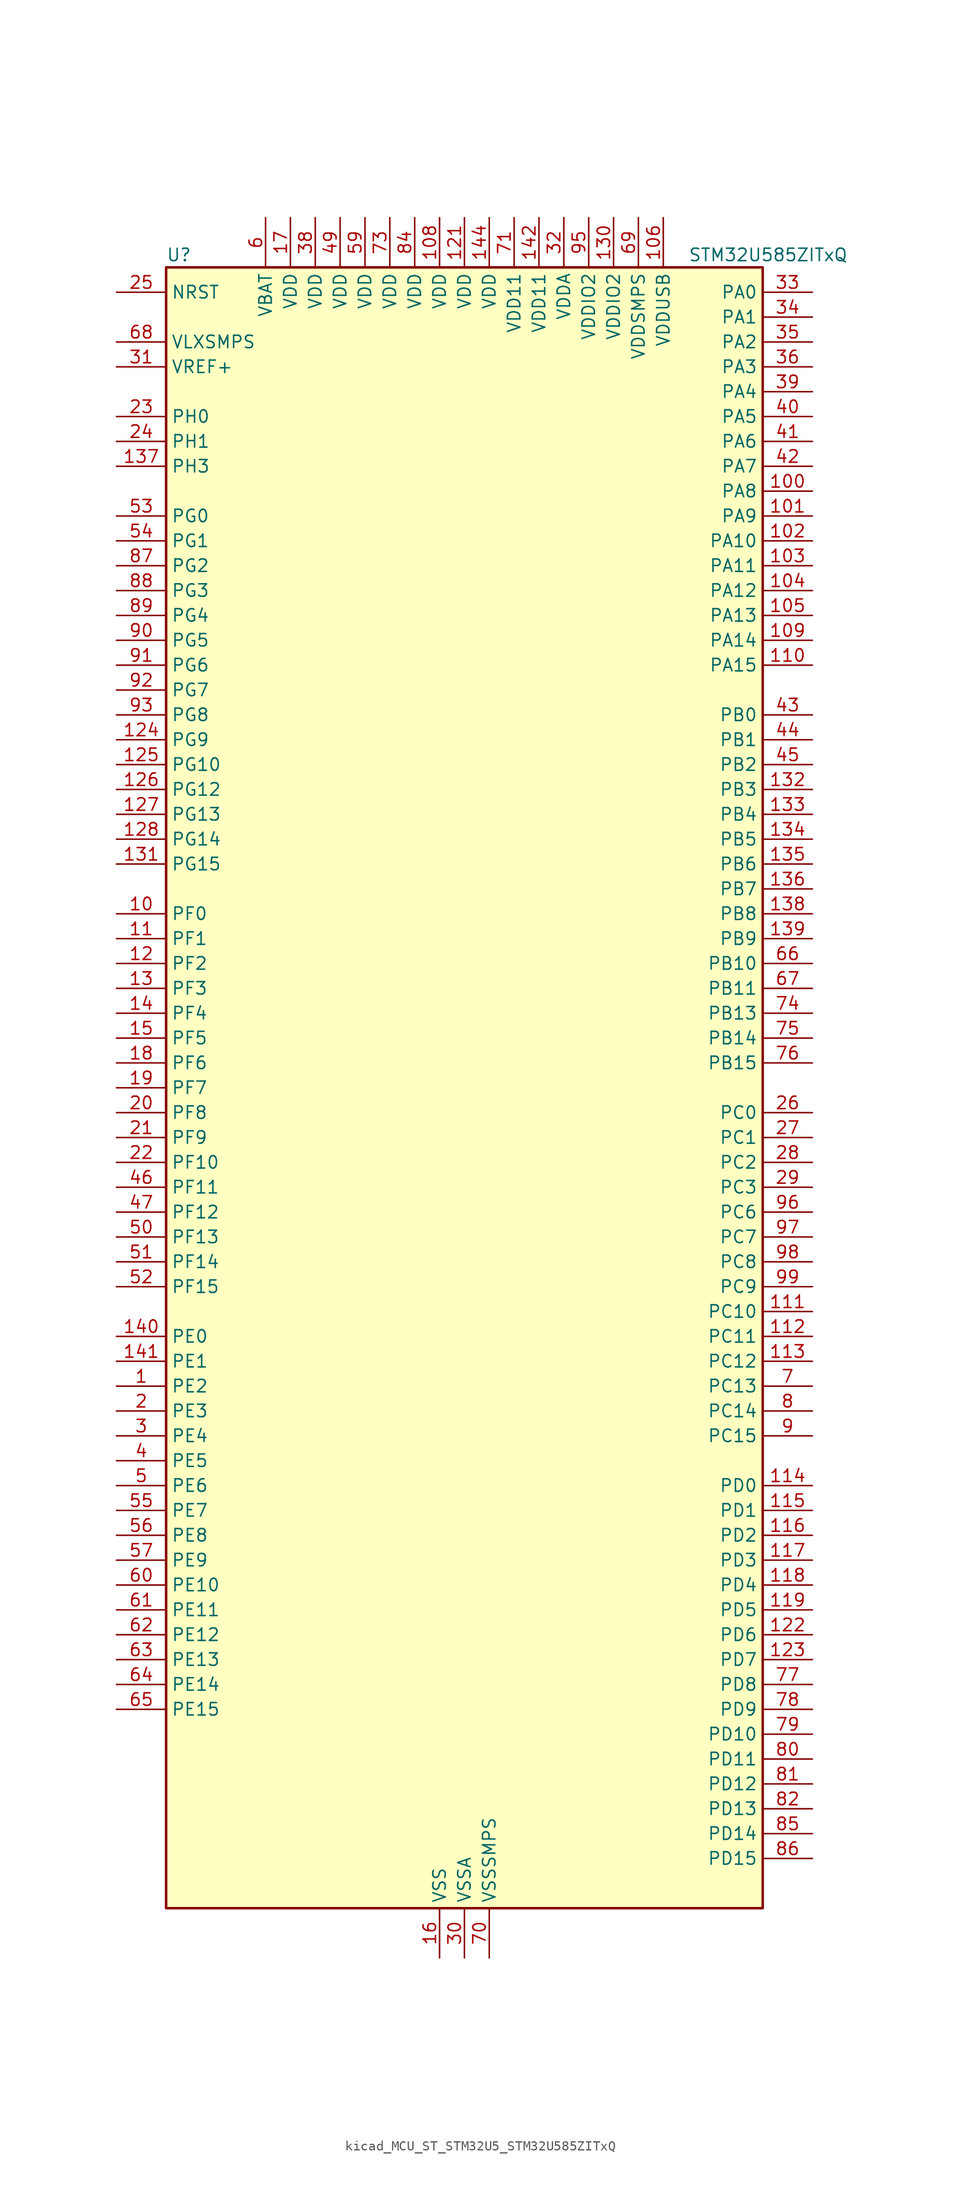
<source format=kicad_sym>
(kicad_symbol_lib
  (version 20220914)
  (generator kicad_symbol_editor)
  (symbol "kicad_MCU_ST_STM32U5_STM32U585ZITxQ"
    (property "Reference" "U"
      (at -30.48 85.09 0)
      (effects (font (size 1.27 1.27)) (justify left)))
    (property "Value" "STM32U585ZITxQ"
      (at 22.86 85.09 0)
      (effects (font (size 1.27 1.27)) (justify left)))
    (property "ki_locked" ""
      (at 0 0 0)
      (effects (font (size 1.27 1.27))))
    (symbol "kicad_MCU_ST_STM32U5_STM32U585ZITxQ_0_1"
      (rectangle (start -30.48 -83.82) (end 30.48 83.82) (stroke (width 0.254) (type default)) (fill (type background))))
    (symbol "kicad_MCU_ST_STM32U5_STM32U585ZITxQ_1_1"
      (pin bidirectional line (at -35.56 -30.48 0) (length 5.08) (name "PE2" (effects (font (size 1.27 1.27)))) (number "1" (effects (font (size 1.27 1.27)))) (alternate "DEBUG_TRACECLK" bidirectional line) (alternate "FMC_A23" bidirectional line) (alternate "SAI1_CK1" bidirectional line) (alternate "SAI1_MCLK_A" bidirectional line) (alternate "TIM3_ETR" bidirectional line) (alternate "TSC_G7_IO1" bidirectional line))
      (pin bidirectional line (at -35.56 17.78 0) (length 5.08) (name "PF0" (effects (font (size 1.27 1.27)))) (number "10" (effects (font (size 1.27 1.27)))) (alternate "FMC_A0" bidirectional line) (alternate "I2C2_SDA" bidirectional line) (alternate "OCTOSPIM_P2_IO0" bidirectional line))
      (pin bidirectional line (at 35.56 60.96 180) (length 5.08) (name "PA8" (effects (font (size 1.27 1.27)))) (number "100" (effects (font (size 1.27 1.27)))) (alternate "DEBUG_TRACECLK" bidirectional line) (alternate "LPTIM2_CH1" bidirectional line) (alternate "RCC_MCO" bidirectional line) (alternate "SAI1_CK2" bidirectional line) (alternate "SAI1_SCK_A" bidirectional line) (alternate "SPI1_RDY" bidirectional line) (alternate "TIM1_CH1" bidirectional line) (alternate "USART1_CK" bidirectional line) (alternate "USB_OTG_FS_SOF" bidirectional line))
      (pin bidirectional line (at 35.56 58.42 180) (length 5.08) (name "PA9" (effects (font (size 1.27 1.27)))) (number "101" (effects (font (size 1.27 1.27)))) (alternate "DAC1_EXTI9" bidirectional line) (alternate "DCMI_D0" bidirectional line) (alternate "PSSI_D0" bidirectional line) (alternate "SAI1_FS_A" bidirectional line) (alternate "SPI2_SCK" bidirectional line) (alternate "TIM15_BKIN" bidirectional line) (alternate "TIM1_CH2" bidirectional line) (alternate "USART1_TX" bidirectional line) (alternate "USB_OTG_FS_VBUS" bidirectional line))
      (pin bidirectional line (at 35.56 55.88 180) (length 5.08) (name "PA10" (effects (font (size 1.27 1.27)))) (number "102" (effects (font (size 1.27 1.27)))) (alternate "CRS_SYNC" bidirectional line) (alternate "DCMI_D1" bidirectional line) (alternate "LPTIM2_IN2" bidirectional line) (alternate "PSSI_D1" bidirectional line) (alternate "SAI1_D1" bidirectional line) (alternate "SAI1_SD_A" bidirectional line) (alternate "TIM17_BKIN" bidirectional line) (alternate "TIM1_CH3" bidirectional line) (alternate "USART1_RX" bidirectional line) (alternate "USB_OTG_FS_ID" bidirectional line))
      (pin bidirectional line (at 35.56 53.34 180) (length 5.08) (name "PA11" (effects (font (size 1.27 1.27)))) (number "103" (effects (font (size 1.27 1.27)))) (alternate "ADC1_EXTI11" bidirectional line) (alternate "FDCAN1_RX" bidirectional line) (alternate "SPI1_MISO" bidirectional line) (alternate "TIM1_BKIN2" bidirectional line) (alternate "TIM1_CH4" bidirectional line) (alternate "USART1_CTS" bidirectional line) (alternate "USB_OTG_FS_DM" bidirectional line))
      (pin bidirectional line (at 35.56 50.8 180) (length 5.08) (name "PA12" (effects (font (size 1.27 1.27)))) (number "104" (effects (font (size 1.27 1.27)))) (alternate "FDCAN1_TX" bidirectional line) (alternate "OCTOSPIM_P2_NCS" bidirectional line) (alternate "SPI1_MOSI" bidirectional line) (alternate "TIM1_ETR" bidirectional line) (alternate "USART1_DE" bidirectional line) (alternate "USART1_RTS" bidirectional line) (alternate "USB_OTG_FS_DP" bidirectional line))
      (pin bidirectional line (at 35.56 48.26 180) (length 5.08) (name "PA13" (effects (font (size 1.27 1.27)))) (number "105" (effects (font (size 1.27 1.27)))) (alternate "DEBUG_JTMS-SWDIO" bidirectional line) (alternate "IR_OUT" bidirectional line) (alternate "SAI1_SD_B" bidirectional line) (alternate "USB_OTG_FS_NOE" bidirectional line))
      (pin power_in line (at 20.32 88.9 270) (length 5.08) (name "VDDUSB" (effects (font (size 1.27 1.27)))) (number "106" (effects (font (size 1.27 1.27)))))
      (pin passive line (at -2.54 -88.9 90) (length 5.08) hide (name "VSS" (effects (font (size 1.27 1.27)))) (number "107" (effects (font (size 1.27 1.27)))))
      (pin power_in line (at -2.54 88.9 270) (length 5.08) (name "VDD" (effects (font (size 1.27 1.27)))) (number "108" (effects (font (size 1.27 1.27)))))
      (pin bidirectional line (at 35.56 45.72 180) (length 5.08) (name "PA14" (effects (font (size 1.27 1.27)))) (number "109" (effects (font (size 1.27 1.27)))) (alternate "DEBUG_JTCK-SWCLK" bidirectional line) (alternate "I2C1_SMBA" bidirectional line) (alternate "I2C4_SMBA" bidirectional line) (alternate "LPTIM1_CH1" bidirectional line) (alternate "SAI1_FS_B" bidirectional line) (alternate "USB_OTG_FS_SOF" bidirectional line))
      (pin bidirectional line (at -35.56 15.24 0) (length 5.08) (name "PF1" (effects (font (size 1.27 1.27)))) (number "11" (effects (font (size 1.27 1.27)))) (alternate "FMC_A1" bidirectional line) (alternate "I2C2_SCL" bidirectional line) (alternate "OCTOSPIM_P2_IO1" bidirectional line))
      (pin bidirectional line (at 35.56 43.18 180) (length 5.08) (name "PA15" (effects (font (size 1.27 1.27)))) (number "110" (effects (font (size 1.27 1.27)))) (alternate "ADC1_EXTI15" bidirectional line) (alternate "ADC4_EXTI15" bidirectional line) (alternate "DEBUG_JTDI" bidirectional line) (alternate "SAI2_FS_B" bidirectional line) (alternate "SPI1_NSS" bidirectional line) (alternate "SPI3_NSS" bidirectional line) (alternate "TIM2_CH1" bidirectional line) (alternate "TIM2_ETR" bidirectional line) (alternate "UART4_DE" bidirectional line) (alternate "UART4_RTS" bidirectional line) (alternate "UCPD1_CC1" bidirectional line) (alternate "USART2_RX" bidirectional line) (alternate "USART3_DE" bidirectional line) (alternate "USART3_RTS" bidirectional line))
      (pin bidirectional line (at 35.56 -22.86 180) (length 5.08) (name "PC10" (effects (font (size 1.27 1.27)))) (number "111" (effects (font (size 1.27 1.27)))) (alternate "ADF1_CCK1" bidirectional line) (alternate "DCMI_D8" bidirectional line) (alternate "DEBUG_TRACED1" bidirectional line) (alternate "LPTIM3_ETR" bidirectional line) (alternate "PSSI_D8" bidirectional line) (alternate "SAI2_SCK_B" bidirectional line) (alternate "SDMMC1_D2" bidirectional line) (alternate "SPI3_SCK" bidirectional line) (alternate "TSC_G3_IO2" bidirectional line) (alternate "UART4_TX" bidirectional line) (alternate "USART3_TX" bidirectional line))
      (pin bidirectional line (at 35.56 -25.4 180) (length 5.08) (name "PC11" (effects (font (size 1.27 1.27)))) (number "112" (effects (font (size 1.27 1.27)))) (alternate "ADC1_EXTI11" bidirectional line) (alternate "ADF1_SDI0" bidirectional line) (alternate "DCMI_D2" bidirectional line) (alternate "DCMI_D4" bidirectional line) (alternate "LPTIM3_IN1" bidirectional line) (alternate "OCTOSPIM_P1_NCS" bidirectional line) (alternate "PSSI_D2" bidirectional line) (alternate "PSSI_D4" bidirectional line) (alternate "SAI2_MCLK_B" bidirectional line) (alternate "SDMMC1_D3" bidirectional line) (alternate "SPI3_MISO" bidirectional line) (alternate "TSC_G3_IO3" bidirectional line) (alternate "UART4_RX" bidirectional line) (alternate "UCPD1_FRSTX2" bidirectional line) (alternate "USART3_RX" bidirectional line))
      (pin bidirectional line (at 35.56 -27.94 180) (length 5.08) (name "PC12" (effects (font (size 1.27 1.27)))) (number "113" (effects (font (size 1.27 1.27)))) (alternate "DCMI_D9" bidirectional line) (alternate "DEBUG_TRACED3" bidirectional line) (alternate "PSSI_D9" bidirectional line) (alternate "SAI2_SD_B" bidirectional line) (alternate "SDMMC1_CK" bidirectional line) (alternate "SPI3_MOSI" bidirectional line) (alternate "TSC_G3_IO4" bidirectional line) (alternate "UART5_TX" bidirectional line) (alternate "USART3_CK" bidirectional line))
      (pin bidirectional line (at 35.56 -40.64 180) (length 5.08) (name "PD0" (effects (font (size 1.27 1.27)))) (number "114" (effects (font (size 1.27 1.27)))) (alternate "FDCAN1_RX" bidirectional line) (alternate "FMC_D2" bidirectional line) (alternate "FMC_DA2" bidirectional line) (alternate "SPI2_NSS" bidirectional line) (alternate "TIM8_CH4N" bidirectional line))
      (pin bidirectional line (at 35.56 -43.18 180) (length 5.08) (name "PD1" (effects (font (size 1.27 1.27)))) (number "115" (effects (font (size 1.27 1.27)))) (alternate "FDCAN1_TX" bidirectional line) (alternate "FMC_D3" bidirectional line) (alternate "FMC_DA3" bidirectional line) (alternate "SPI2_SCK" bidirectional line))
      (pin bidirectional line (at 35.56 -45.72 180) (length 5.08) (name "PD2" (effects (font (size 1.27 1.27)))) (number "116" (effects (font (size 1.27 1.27)))) (alternate "DCMI_D11" bidirectional line) (alternate "DEBUG_TRACED2" bidirectional line) (alternate "LPTIM4_ETR" bidirectional line) (alternate "PSSI_D11" bidirectional line) (alternate "SDMMC1_CMD" bidirectional line) (alternate "TIM3_ETR" bidirectional line) (alternate "TSC_SYNC" bidirectional line) (alternate "UART5_RX" bidirectional line) (alternate "USART3_DE" bidirectional line) (alternate "USART3_RTS" bidirectional line))
      (pin bidirectional line (at 35.56 -48.26 180) (length 5.08) (name "PD3" (effects (font (size 1.27 1.27)))) (number "117" (effects (font (size 1.27 1.27)))) (alternate "DCMI_D5" bidirectional line) (alternate "FMC_CLK" bidirectional line) (alternate "MDF1_SDI0" bidirectional line) (alternate "OCTOSPIM_P2_NCS" bidirectional line) (alternate "PSSI_D5" bidirectional line) (alternate "SPI2_MISO" bidirectional line) (alternate "SPI2_SCK" bidirectional line) (alternate "USART2_CTS" bidirectional line))
      (pin bidirectional line (at 35.56 -50.8 180) (length 5.08) (name "PD4" (effects (font (size 1.27 1.27)))) (number "118" (effects (font (size 1.27 1.27)))) (alternate "FMC_NOE" bidirectional line) (alternate "MDF1_CKI0" bidirectional line) (alternate "OCTOSPIM_P1_IO4" bidirectional line) (alternate "SPI2_MOSI" bidirectional line) (alternate "USART2_DE" bidirectional line) (alternate "USART2_RTS" bidirectional line))
      (pin bidirectional line (at 35.56 -53.34 180) (length 5.08) (name "PD5" (effects (font (size 1.27 1.27)))) (number "119" (effects (font (size 1.27 1.27)))) (alternate "FMC_NWE" bidirectional line) (alternate "OCTOSPIM_P1_IO5" bidirectional line) (alternate "SPI2_RDY" bidirectional line) (alternate "USART2_TX" bidirectional line))
      (pin bidirectional line (at -35.56 12.7 0) (length 5.08) (name "PF2" (effects (font (size 1.27 1.27)))) (number "12" (effects (font (size 1.27 1.27)))) (alternate "FMC_A2" bidirectional line) (alternate "I2C2_SMBA" bidirectional line) (alternate "LPTIM3_CH2" bidirectional line) (alternate "OCTOSPIM_P2_IO2" bidirectional line) (alternate "PWR_WKUP8" bidirectional line))
      (pin passive line (at -2.54 -88.9 90) (length 5.08) hide (name "VSS" (effects (font (size 1.27 1.27)))) (number "120" (effects (font (size 1.27 1.27)))))
      (pin power_in line (at 0 88.9 270) (length 5.08) (name "VDD" (effects (font (size 1.27 1.27)))) (number "121" (effects (font (size 1.27 1.27)))))
      (pin bidirectional line (at 35.56 -55.88 180) (length 5.08) (name "PD6" (effects (font (size 1.27 1.27)))) (number "122" (effects (font (size 1.27 1.27)))) (alternate "DCMI_D10" bidirectional line) (alternate "FMC_NWAIT" bidirectional line) (alternate "MDF1_SDI1" bidirectional line) (alternate "OCTOSPIM_P1_IO6" bidirectional line) (alternate "PSSI_D10" bidirectional line) (alternate "SAI1_D1" bidirectional line) (alternate "SAI1_SD_A" bidirectional line) (alternate "SDMMC2_CK" bidirectional line) (alternate "SPI3_MOSI" bidirectional line) (alternate "USART2_RX" bidirectional line))
      (pin bidirectional line (at 35.56 -58.42 180) (length 5.08) (name "PD7" (effects (font (size 1.27 1.27)))) (number "123" (effects (font (size 1.27 1.27)))) (alternate "FMC_NCE" bidirectional line) (alternate "FMC_NE1" bidirectional line) (alternate "LPTIM4_OUT" bidirectional line) (alternate "MDF1_CKI1" bidirectional line) (alternate "OCTOSPIM_P1_IO7" bidirectional line) (alternate "SDMMC2_CMD" bidirectional line) (alternate "USART2_CK" bidirectional line))
      (pin bidirectional line (at -35.56 35.56 0) (length 5.08) (name "PG9" (effects (font (size 1.27 1.27)))) (number "124" (effects (font (size 1.27 1.27)))) (alternate "DAC1_EXTI9" bidirectional line) (alternate "FMC_NCE" bidirectional line) (alternate "FMC_NE2" bidirectional line) (alternate "OCTOSPIM_P2_IO6" bidirectional line) (alternate "SAI2_SCK_A" bidirectional line) (alternate "SPI3_SCK" bidirectional line) (alternate "TIM15_CH1N" bidirectional line) (alternate "USART1_TX" bidirectional line))
      (pin bidirectional line (at -35.56 33.02 0) (length 5.08) (name "PG10" (effects (font (size 1.27 1.27)))) (number "125" (effects (font (size 1.27 1.27)))) (alternate "FMC_NE3" bidirectional line) (alternate "LPTIM1_IN1" bidirectional line) (alternate "OCTOSPIM_P2_IO7" bidirectional line) (alternate "SAI2_FS_A" bidirectional line) (alternate "SPI3_MISO" bidirectional line) (alternate "TIM15_CH1" bidirectional line) (alternate "USART1_RX" bidirectional line))
      (pin bidirectional line (at -35.56 30.48 0) (length 5.08) (name "PG12" (effects (font (size 1.27 1.27)))) (number "126" (effects (font (size 1.27 1.27)))) (alternate "FMC_NE4" bidirectional line) (alternate "LPTIM1_ETR" bidirectional line) (alternate "OCTOSPIM_P2_NCS" bidirectional line) (alternate "SAI2_SD_A" bidirectional line) (alternate "SPI3_NSS" bidirectional line) (alternate "USART1_DE" bidirectional line) (alternate "USART1_RTS" bidirectional line))
      (pin bidirectional line (at -35.56 27.94 0) (length 5.08) (name "PG13" (effects (font (size 1.27 1.27)))) (number "127" (effects (font (size 1.27 1.27)))) (alternate "FMC_A24" bidirectional line) (alternate "I2C1_SDA" bidirectional line) (alternate "SPI3_RDY" bidirectional line) (alternate "USART1_CK" bidirectional line))
      (pin bidirectional line (at -35.56 25.4 0) (length 5.08) (name "PG14" (effects (font (size 1.27 1.27)))) (number "128" (effects (font (size 1.27 1.27)))) (alternate "FMC_A25" bidirectional line) (alternate "I2C1_SCL" bidirectional line) (alternate "LPTIM1_CH2" bidirectional line))
      (pin passive line (at -2.54 -88.9 90) (length 5.08) hide (name "VSS" (effects (font (size 1.27 1.27)))) (number "129" (effects (font (size 1.27 1.27)))))
      (pin bidirectional line (at -35.56 10.16 0) (length 5.08) (name "PF3" (effects (font (size 1.27 1.27)))) (number "13" (effects (font (size 1.27 1.27)))) (alternate "FMC_A3" bidirectional line) (alternate "LPTIM3_IN1" bidirectional line) (alternate "OCTOSPIM_P2_IO3" bidirectional line))
      (pin power_in line (at 15.24 88.9 270) (length 5.08) (name "VDDIO2" (effects (font (size 1.27 1.27)))) (number "130" (effects (font (size 1.27 1.27)))))
      (pin bidirectional line (at -35.56 22.86 0) (length 5.08) (name "PG15" (effects (font (size 1.27 1.27)))) (number "131" (effects (font (size 1.27 1.27)))) (alternate "ADC1_EXTI15" bidirectional line) (alternate "ADC4_EXTI15" bidirectional line) (alternate "DCMI_D13" bidirectional line) (alternate "I2C1_SMBA" bidirectional line) (alternate "LPTIM1_CH1" bidirectional line) (alternate "OCTOSPIM_P2_DQS" bidirectional line) (alternate "PSSI_D13" bidirectional line))
      (pin bidirectional line (at 35.56 30.48 180) (length 5.08) (name "PB3" (effects (font (size 1.27 1.27)))) (number "132" (effects (font (size 1.27 1.27)))) (alternate "ADF1_CCK0" bidirectional line) (alternate "COMP2_INM" bidirectional line) (alternate "CRS_SYNC" bidirectional line) (alternate "DEBUG_JTDO-SWO" bidirectional line) (alternate "I2C1_SDA" bidirectional line) (alternate "LPTIM1_CH1" bidirectional line) (alternate "SAI1_SCK_B" bidirectional line) (alternate "SDMMC2_D2" bidirectional line) (alternate "SPI1_SCK" bidirectional line) (alternate "SPI3_SCK" bidirectional line) (alternate "TIM2_CH2" bidirectional line) (alternate "USART1_DE" bidirectional line) (alternate "USART1_RTS" bidirectional line))
      (pin bidirectional line (at 35.56 27.94 180) (length 5.08) (name "PB4" (effects (font (size 1.27 1.27)))) (number "133" (effects (font (size 1.27 1.27)))) (alternate "ADF1_SDI0" bidirectional line) (alternate "COMP2_INP" bidirectional line) (alternate "DCMI_D12" bidirectional line) (alternate "DEBUG_JTRST" bidirectional line) (alternate "I2C3_SDA" bidirectional line) (alternate "LPTIM1_CH2" bidirectional line) (alternate "PSSI_D12" bidirectional line) (alternate "SAI1_MCLK_B" bidirectional line) (alternate "SDMMC2_D3" bidirectional line) (alternate "SPI1_MISO" bidirectional line) (alternate "SPI3_MISO" bidirectional line) (alternate "TIM17_BKIN" bidirectional line) (alternate "TIM3_CH1" bidirectional line) (alternate "TSC_G2_IO1" bidirectional line) (alternate "UART5_DE" bidirectional line) (alternate "UART5_RTS" bidirectional line) (alternate "USART1_CTS" bidirectional line))
      (pin bidirectional line (at 35.56 25.4 180) (length 5.08) (name "PB5" (effects (font (size 1.27 1.27)))) (number "134" (effects (font (size 1.27 1.27)))) (alternate "COMP2_OUT" bidirectional line) (alternate "DCMI_D10" bidirectional line) (alternate "I2C1_SMBA" bidirectional line) (alternate "LPTIM1_IN1" bidirectional line) (alternate "OCTOSPIM_P1_NCLK" bidirectional line) (alternate "PSSI_D10" bidirectional line) (alternate "PWR_WKUP6" bidirectional line) (alternate "SAI1_SD_B" bidirectional line) (alternate "SPI1_MOSI" bidirectional line) (alternate "SPI3_MOSI" bidirectional line) (alternate "TIM16_BKIN" bidirectional line) (alternate "TIM3_CH2" bidirectional line) (alternate "TSC_G2_IO2" bidirectional line) (alternate "UART5_CTS" bidirectional line) (alternate "UCPD1_DBCC1" bidirectional line) (alternate "USART1_CK" bidirectional line))
      (pin bidirectional line (at 35.56 22.86 180) (length 5.08) (name "PB6" (effects (font (size 1.27 1.27)))) (number "135" (effects (font (size 1.27 1.27)))) (alternate "COMP2_INP" bidirectional line) (alternate "DCMI_D5" bidirectional line) (alternate "I2C1_SCL" bidirectional line) (alternate "I2C4_SCL" bidirectional line) (alternate "LPTIM1_ETR" bidirectional line) (alternate "MDF1_SDI5" bidirectional line) (alternate "PSSI_D5" bidirectional line) (alternate "PWR_WKUP3" bidirectional line) (alternate "SAI1_FS_B" bidirectional line) (alternate "TIM16_CH1N" bidirectional line) (alternate "TIM4_CH1" bidirectional line) (alternate "TIM8_BKIN2" bidirectional line) (alternate "TSC_G2_IO3" bidirectional line) (alternate "USART1_TX" bidirectional line))
      (pin bidirectional line (at 35.56 20.32 180) (length 5.08) (name "PB7" (effects (font (size 1.27 1.27)))) (number "136" (effects (font (size 1.27 1.27)))) (alternate "COMP2_INM" bidirectional line) (alternate "DCMI_VSYNC" bidirectional line) (alternate "FMC_NL" bidirectional line) (alternate "I2C1_SDA" bidirectional line) (alternate "I2C4_SDA" bidirectional line) (alternate "LPTIM1_IN2" bidirectional line) (alternate "MDF1_CKI5" bidirectional line) (alternate "PSSI_RDY" bidirectional line) (alternate "PWR_PVD_IN" bidirectional line) (alternate "PWR_WKUP4" bidirectional line) (alternate "TIM17_CH1N" bidirectional line) (alternate "TIM4_CH2" bidirectional line) (alternate "TIM8_BKIN" bidirectional line) (alternate "TSC_G2_IO4" bidirectional line) (alternate "UART4_CTS" bidirectional line) (alternate "USART1_RX" bidirectional line))
      (pin bidirectional line (at -35.56 63.5 0) (length 5.08) (name "PH3" (effects (font (size 1.27 1.27)))) (number "137" (effects (font (size 1.27 1.27)))))
      (pin bidirectional line (at 35.56 17.78 180) (length 5.08) (name "PB8" (effects (font (size 1.27 1.27)))) (number "138" (effects (font (size 1.27 1.27)))) (alternate "DCMI_D6" bidirectional line) (alternate "FDCAN1_RX" bidirectional line) (alternate "I2C1_SCL" bidirectional line) (alternate "MDF1_CCK0" bidirectional line) (alternate "PSSI_D6" bidirectional line) (alternate "PWR_WKUP5" bidirectional line) (alternate "SAI1_CK1" bidirectional line) (alternate "SAI1_MCLK_A" bidirectional line) (alternate "SDMMC1_CKIN" bidirectional line) (alternate "SDMMC1_D4" bidirectional line) (alternate "SDMMC2_D4" bidirectional line) (alternate "SPI3_RDY" bidirectional line) (alternate "TIM16_CH1" bidirectional line) (alternate "TIM4_CH3" bidirectional line))
      (pin bidirectional line (at 35.56 15.24 180) (length 5.08) (name "PB9" (effects (font (size 1.27 1.27)))) (number "139" (effects (font (size 1.27 1.27)))) (alternate "DAC1_EXTI9" bidirectional line) (alternate "DCMI_D7" bidirectional line) (alternate "FDCAN1_TX" bidirectional line) (alternate "I2C1_SDA" bidirectional line) (alternate "IR_OUT" bidirectional line) (alternate "PSSI_D7" bidirectional line) (alternate "SAI1_D2" bidirectional line) (alternate "SAI1_FS_A" bidirectional line) (alternate "SDMMC1_CDIR" bidirectional line) (alternate "SDMMC1_D5" bidirectional line) (alternate "SDMMC2_D5" bidirectional line) (alternate "SPI2_NSS" bidirectional line) (alternate "TIM17_CH1" bidirectional line) (alternate "TIM4_CH4" bidirectional line))
      (pin bidirectional line (at -35.56 7.62 0) (length 5.08) (name "PF4" (effects (font (size 1.27 1.27)))) (number "14" (effects (font (size 1.27 1.27)))) (alternate "FMC_A4" bidirectional line) (alternate "LPTIM3_ETR" bidirectional line) (alternate "OCTOSPIM_P2_CLK" bidirectional line))
      (pin bidirectional line (at -35.56 -25.4 0) (length 5.08) (name "PE0" (effects (font (size 1.27 1.27)))) (number "140" (effects (font (size 1.27 1.27)))) (alternate "DCMI_D2" bidirectional line) (alternate "FMC_NBL0" bidirectional line) (alternate "PSSI_D2" bidirectional line) (alternate "TIM16_CH1" bidirectional line) (alternate "TIM4_ETR" bidirectional line))
      (pin bidirectional line (at -35.56 -27.94 0) (length 5.08) (name "PE1" (effects (font (size 1.27 1.27)))) (number "141" (effects (font (size 1.27 1.27)))) (alternate "DCMI_D3" bidirectional line) (alternate "FMC_NBL1" bidirectional line) (alternate "PSSI_D3" bidirectional line) (alternate "TIM17_CH1" bidirectional line))
      (pin power_in line (at 7.62 88.9 270) (length 5.08) (name "VDD11" (effects (font (size 1.27 1.27)))) (number "142" (effects (font (size 1.27 1.27)))))
      (pin passive line (at -2.54 -88.9 90) (length 5.08) hide (name "VSS" (effects (font (size 1.27 1.27)))) (number "143" (effects (font (size 1.27 1.27)))))
      (pin power_in line (at 2.54 88.9 270) (length 5.08) (name "VDD" (effects (font (size 1.27 1.27)))) (number "144" (effects (font (size 1.27 1.27)))))
      (pin bidirectional line (at -35.56 5.08 0) (length 5.08) (name "PF5" (effects (font (size 1.27 1.27)))) (number "15" (effects (font (size 1.27 1.27)))) (alternate "FMC_A5" bidirectional line) (alternate "LPTIM3_CH1" bidirectional line) (alternate "OCTOSPIM_P2_NCLK" bidirectional line))
      (pin power_in line (at -2.54 -88.9 90) (length 5.08) (name "VSS" (effects (font (size 1.27 1.27)))) (number "16" (effects (font (size 1.27 1.27)))))
      (pin power_in line (at -17.78 88.9 270) (length 5.08) (name "VDD" (effects (font (size 1.27 1.27)))) (number "17" (effects (font (size 1.27 1.27)))))
      (pin bidirectional line (at -35.56 2.54 0) (length 5.08) (name "PF6" (effects (font (size 1.27 1.27)))) (number "18" (effects (font (size 1.27 1.27)))) (alternate "DCMI_D12" bidirectional line) (alternate "OCTOSPIM_P1_IO3" bidirectional line) (alternate "OCTOSPIM_P2_NCS" bidirectional line) (alternate "PSSI_D12" bidirectional line) (alternate "SAI1_SD_B" bidirectional line) (alternate "TIM5_CH1" bidirectional line) (alternate "TIM5_ETR" bidirectional line))
      (pin bidirectional line (at -35.56 0 0) (length 5.08) (name "PF7" (effects (font (size 1.27 1.27)))) (number "19" (effects (font (size 1.27 1.27)))) (alternate "FDCAN1_RX" bidirectional line) (alternate "OCTOSPIM_P1_IO2" bidirectional line) (alternate "SAI1_MCLK_B" bidirectional line) (alternate "TIM5_CH2" bidirectional line))
      (pin bidirectional line (at -35.56 -33.02 0) (length 5.08) (name "PE3" (effects (font (size 1.27 1.27)))) (number "2" (effects (font (size 1.27 1.27)))) (alternate "DEBUG_TRACED0" bidirectional line) (alternate "FMC_A19" bidirectional line) (alternate "OCTOSPIM_P1_DQS" bidirectional line) (alternate "SAI1_SD_B" bidirectional line) (alternate "TAMP_IN6" bidirectional line) (alternate "TAMP_OUT3" bidirectional line) (alternate "TIM3_CH1" bidirectional line) (alternate "TSC_G7_IO2" bidirectional line))
      (pin bidirectional line (at -35.56 -2.54 0) (length 5.08) (name "PF8" (effects (font (size 1.27 1.27)))) (number "20" (effects (font (size 1.27 1.27)))) (alternate "FDCAN1_TX" bidirectional line) (alternate "OCTOSPIM_P1_IO0" bidirectional line) (alternate "PSSI_D14" bidirectional line) (alternate "SAI1_SCK_B" bidirectional line) (alternate "TIM5_CH3" bidirectional line))
      (pin bidirectional line (at -35.56 -5.08 0) (length 5.08) (name "PF9" (effects (font (size 1.27 1.27)))) (number "21" (effects (font (size 1.27 1.27)))) (alternate "DAC1_EXTI9" bidirectional line) (alternate "OCTOSPIM_P1_IO1" bidirectional line) (alternate "PSSI_D15" bidirectional line) (alternate "SAI1_FS_B" bidirectional line) (alternate "TIM15_CH1" bidirectional line) (alternate "TIM5_CH4" bidirectional line))
      (pin bidirectional line (at -35.56 -7.62 0) (length 5.08) (name "PF10" (effects (font (size 1.27 1.27)))) (number "22" (effects (font (size 1.27 1.27)))) (alternate "DCMI_D11" bidirectional line) (alternate "MDF1_CCK1" bidirectional line) (alternate "OCTOSPIM_P1_CLK" bidirectional line) (alternate "PSSI_D11" bidirectional line) (alternate "PSSI_D15" bidirectional line) (alternate "SAI1_D3" bidirectional line) (alternate "TIM15_CH2" bidirectional line))
      (pin bidirectional line (at -35.56 68.58 0) (length 5.08) (name "PH0" (effects (font (size 1.27 1.27)))) (number "23" (effects (font (size 1.27 1.27)))) (alternate "RCC_OSC_IN" bidirectional line))
      (pin bidirectional line (at -35.56 66.04 0) (length 5.08) (name "PH1" (effects (font (size 1.27 1.27)))) (number "24" (effects (font (size 1.27 1.27)))) (alternate "RCC_OSC_OUT" bidirectional line))
      (pin input line (at -35.56 81.28 0) (length 5.08) (name "NRST" (effects (font (size 1.27 1.27)))) (number "25" (effects (font (size 1.27 1.27)))))
      (pin bidirectional line (at 35.56 -2.54 180) (length 5.08) (name "PC0" (effects (font (size 1.27 1.27)))) (number "26" (effects (font (size 1.27 1.27)))) (alternate "ADC1_IN1" bidirectional line) (alternate "ADC4_IN1" bidirectional line) (alternate "I2C3_SCL" bidirectional line) (alternate "LPTIM1_IN1" bidirectional line) (alternate "LPTIM2_IN1" bidirectional line) (alternate "LPUART1_RX" bidirectional line) (alternate "MDF1_SDI4" bidirectional line) (alternate "OCTOSPIM_P1_IO7" bidirectional line) (alternate "SAI2_FS_A" bidirectional line) (alternate "SDMMC1_D5" bidirectional line) (alternate "SPI2_RDY" bidirectional line))
      (pin bidirectional line (at 35.56 -5.08 180) (length 5.08) (name "PC1" (effects (font (size 1.27 1.27)))) (number "27" (effects (font (size 1.27 1.27)))) (alternate "ADC1_IN2" bidirectional line) (alternate "ADC4_IN2" bidirectional line) (alternate "DEBUG_TRACED0" bidirectional line) (alternate "I2C3_SDA" bidirectional line) (alternate "LPTIM1_CH1" bidirectional line) (alternate "LPUART1_TX" bidirectional line) (alternate "MDF1_CKI4" bidirectional line) (alternate "OCTOSPIM_P1_IO4" bidirectional line) (alternate "SAI1_SD_A" bidirectional line) (alternate "SDMMC2_CK" bidirectional line) (alternate "SPI2_MOSI" bidirectional line))
      (pin bidirectional line (at 35.56 -7.62 180) (length 5.08) (name "PC2" (effects (font (size 1.27 1.27)))) (number "28" (effects (font (size 1.27 1.27)))) (alternate "ADC1_IN3" bidirectional line) (alternate "ADC4_IN3" bidirectional line) (alternate "LPTIM1_IN2" bidirectional line) (alternate "MDF1_CCK1" bidirectional line) (alternate "OCTOSPIM_P1_IO5" bidirectional line) (alternate "SPI2_MISO" bidirectional line))
      (pin bidirectional line (at 35.56 -10.16 180) (length 5.08) (name "PC3" (effects (font (size 1.27 1.27)))) (number "29" (effects (font (size 1.27 1.27)))) (alternate "ADC1_IN4" bidirectional line) (alternate "ADC4_IN4" bidirectional line) (alternate "LPTIM1_ETR" bidirectional line) (alternate "LPTIM2_ETR" bidirectional line) (alternate "LPTIM3_CH1" bidirectional line) (alternate "OCTOSPIM_P1_IO6" bidirectional line) (alternate "SAI1_D1" bidirectional line) (alternate "SAI1_SD_A" bidirectional line) (alternate "SPI2_MOSI" bidirectional line))
      (pin bidirectional line (at -35.56 -35.56 0) (length 5.08) (name "PE4" (effects (font (size 1.27 1.27)))) (number "3" (effects (font (size 1.27 1.27)))) (alternate "DCMI_D4" bidirectional line) (alternate "DEBUG_TRACED1" bidirectional line) (alternate "FMC_A20" bidirectional line) (alternate "MDF1_SDI3" bidirectional line) (alternate "PSSI_D4" bidirectional line) (alternate "PWR_WKUP1" bidirectional line) (alternate "SAI1_D2" bidirectional line) (alternate "SAI1_FS_A" bidirectional line) (alternate "TAMP_IN7" bidirectional line) (alternate "TAMP_OUT8" bidirectional line) (alternate "TIM3_CH2" bidirectional line) (alternate "TSC_G7_IO3" bidirectional line))
      (pin power_in line (at 0 -88.9 90) (length 5.08) (name "VSSA" (effects (font (size 1.27 1.27)))) (number "30" (effects (font (size 1.27 1.27)))))
      (pin input line (at -35.56 73.66 0) (length 5.08) (name "VREF+" (effects (font (size 1.27 1.27)))) (number "31" (effects (font (size 1.27 1.27)))) (alternate "VREFBUF_OUT" bidirectional line))
      (pin power_in line (at 10.16 88.9 270) (length 5.08) (name "VDDA" (effects (font (size 1.27 1.27)))) (number "32" (effects (font (size 1.27 1.27)))))
      (pin bidirectional line (at 35.56 81.28 180) (length 5.08) (name "PA0" (effects (font (size 1.27 1.27)))) (number "33" (effects (font (size 1.27 1.27)))) (alternate "ADC1_IN5" bidirectional line) (alternate "AUDIOCLK" bidirectional line) (alternate "OCTOSPIM_P2_NCS" bidirectional line) (alternate "OPAMP1_VINP" bidirectional line) (alternate "PWR_WKUP1" bidirectional line) (alternate "SDMMC2_CMD" bidirectional line) (alternate "SPI3_RDY" bidirectional line) (alternate "TAMP_IN2" bidirectional line) (alternate "TAMP_OUT1" bidirectional line) (alternate "TIM2_CH1" bidirectional line) (alternate "TIM2_ETR" bidirectional line) (alternate "TIM5_CH1" bidirectional line) (alternate "TIM8_ETR" bidirectional line) (alternate "UART4_TX" bidirectional line) (alternate "USART2_CTS" bidirectional line))
      (pin bidirectional line (at 35.56 78.74 180) (length 5.08) (name "PA1" (effects (font (size 1.27 1.27)))) (number "34" (effects (font (size 1.27 1.27)))) (alternate "ADC1_IN6" bidirectional line) (alternate "I2C1_SMBA" bidirectional line) (alternate "LPTIM1_CH2" bidirectional line) (alternate "OCTOSPIM_P1_DQS" bidirectional line) (alternate "OPAMP1_VINM" bidirectional line) (alternate "PWR_WKUP3" bidirectional line) (alternate "SPI1_SCK" bidirectional line) (alternate "TAMP_IN5" bidirectional line) (alternate "TAMP_OUT4" bidirectional line) (alternate "TIM15_CH1N" bidirectional line) (alternate "TIM2_CH2" bidirectional line) (alternate "TIM5_CH2" bidirectional line) (alternate "UART4_RX" bidirectional line) (alternate "USART2_DE" bidirectional line) (alternate "USART2_RTS" bidirectional line))
      (pin bidirectional line (at 35.56 76.2 180) (length 5.08) (name "PA2" (effects (font (size 1.27 1.27)))) (number "35" (effects (font (size 1.27 1.27)))) (alternate "ADC1_IN7" bidirectional line) (alternate "COMP1_INP" bidirectional line) (alternate "LPUART1_TX" bidirectional line) (alternate "OCTOSPIM_P1_NCS" bidirectional line) (alternate "PWR_WKUP4" bidirectional line) (alternate "RCC_LSCO" bidirectional line) (alternate "SPI1_RDY" bidirectional line) (alternate "TIM15_CH1" bidirectional line) (alternate "TIM2_CH3" bidirectional line) (alternate "TIM5_CH3" bidirectional line) (alternate "UCPD1_FRSTX1" bidirectional line) (alternate "USART2_TX" bidirectional line))
      (pin bidirectional line (at 35.56 73.66 180) (length 5.08) (name "PA3" (effects (font (size 1.27 1.27)))) (number "36" (effects (font (size 1.27 1.27)))) (alternate "ADC1_IN8" bidirectional line) (alternate "LPUART1_RX" bidirectional line) (alternate "OCTOSPIM_P1_CLK" bidirectional line) (alternate "OPAMP1_VOUT" bidirectional line) (alternate "PWR_WKUP5" bidirectional line) (alternate "SAI1_CK1" bidirectional line) (alternate "SAI1_MCLK_A" bidirectional line) (alternate "TIM15_CH2" bidirectional line) (alternate "TIM2_CH4" bidirectional line) (alternate "TIM5_CH4" bidirectional line) (alternate "USART2_RX" bidirectional line))
      (pin passive line (at -2.54 -88.9 90) (length 5.08) hide (name "VSS" (effects (font (size 1.27 1.27)))) (number "37" (effects (font (size 1.27 1.27)))))
      (pin power_in line (at -15.24 88.9 270) (length 5.08) (name "VDD" (effects (font (size 1.27 1.27)))) (number "38" (effects (font (size 1.27 1.27)))))
      (pin bidirectional line (at 35.56 71.12 180) (length 5.08) (name "PA4" (effects (font (size 1.27 1.27)))) (number "39" (effects (font (size 1.27 1.27)))) (alternate "ADC1_IN9" bidirectional line) (alternate "ADC4_IN9" bidirectional line) (alternate "DAC1_OUT1" bidirectional line) (alternate "DCMI_HSYNC" bidirectional line) (alternate "LPTIM2_CH1" bidirectional line) (alternate "OCTOSPIM_P1_NCS" bidirectional line) (alternate "PSSI_DE" bidirectional line) (alternate "PWR_WKUP2" bidirectional line) (alternate "SAI1_FS_B" bidirectional line) (alternate "SPI1_NSS" bidirectional line) (alternate "SPI3_NSS" bidirectional line) (alternate "USART2_CK" bidirectional line))
      (pin bidirectional line (at -35.56 -38.1 0) (length 5.08) (name "PE5" (effects (font (size 1.27 1.27)))) (number "4" (effects (font (size 1.27 1.27)))) (alternate "DCMI_D6" bidirectional line) (alternate "DEBUG_TRACED2" bidirectional line) (alternate "FMC_A21" bidirectional line) (alternate "MDF1_CKI3" bidirectional line) (alternate "PSSI_D6" bidirectional line) (alternate "PWR_WKUP2" bidirectional line) (alternate "SAI1_CK2" bidirectional line) (alternate "SAI1_SCK_A" bidirectional line) (alternate "TAMP_IN8" bidirectional line) (alternate "TAMP_OUT7" bidirectional line) (alternate "TIM3_CH3" bidirectional line) (alternate "TSC_G7_IO4" bidirectional line))
      (pin bidirectional line (at 35.56 68.58 180) (length 5.08) (name "PA5" (effects (font (size 1.27 1.27)))) (number "40" (effects (font (size 1.27 1.27)))) (alternate "ADC1_IN10" bidirectional line) (alternate "ADC4_IN10" bidirectional line) (alternate "DAC1_OUT2" bidirectional line) (alternate "LPTIM2_ETR" bidirectional line) (alternate "PSSI_D14" bidirectional line) (alternate "PWR_CSLEEP" bidirectional line) (alternate "PWR_WKUP6" bidirectional line) (alternate "SPI1_SCK" bidirectional line) (alternate "TIM2_CH1" bidirectional line) (alternate "TIM2_ETR" bidirectional line) (alternate "TIM8_CH1N" bidirectional line) (alternate "USART3_RX" bidirectional line))
      (pin bidirectional line (at 35.56 66.04 180) (length 5.08) (name "PA6" (effects (font (size 1.27 1.27)))) (number "41" (effects (font (size 1.27 1.27)))) (alternate "ADC1_IN11" bidirectional line) (alternate "ADC4_IN11" bidirectional line) (alternate "DCMI_PIXCLK" bidirectional line) (alternate "LPUART1_CTS" bidirectional line) (alternate "OCTOSPIM_P1_IO3" bidirectional line) (alternate "OPAMP2_VINP" bidirectional line) (alternate "PSSI_PDCK" bidirectional line) (alternate "PWR_CDSTOP" bidirectional line) (alternate "PWR_WKUP7" bidirectional line) (alternate "SPI1_MISO" bidirectional line) (alternate "TIM16_CH1" bidirectional line) (alternate "TIM1_BKIN" bidirectional line) (alternate "TIM3_CH1" bidirectional line) (alternate "TIM8_BKIN" bidirectional line) (alternate "USART3_CTS" bidirectional line))
      (pin bidirectional line (at 35.56 63.5 180) (length 5.08) (name "PA7" (effects (font (size 1.27 1.27)))) (number "42" (effects (font (size 1.27 1.27)))) (alternate "ADC1_IN12" bidirectional line) (alternate "ADC4_IN20" bidirectional line) (alternate "I2C3_SCL" bidirectional line) (alternate "LPTIM2_CH2" bidirectional line) (alternate "OCTOSPIM_P1_IO2" bidirectional line) (alternate "OPAMP2_VINM" bidirectional line) (alternate "PWR_SRDSTOP" bidirectional line) (alternate "PWR_WKUP8" bidirectional line) (alternate "SPI1_MOSI" bidirectional line) (alternate "TIM17_CH1" bidirectional line) (alternate "TIM1_CH1N" bidirectional line) (alternate "TIM3_CH2" bidirectional line) (alternate "TIM8_CH1N" bidirectional line) (alternate "USART3_TX" bidirectional line))
      (pin bidirectional line (at 35.56 38.1 180) (length 5.08) (name "PB0" (effects (font (size 1.27 1.27)))) (number "43" (effects (font (size 1.27 1.27)))) (alternate "ADC1_IN15" bidirectional line) (alternate "ADC4_IN18" bidirectional line) (alternate "AUDIOCLK" bidirectional line) (alternate "COMP1_OUT" bidirectional line) (alternate "LPTIM3_CH1" bidirectional line) (alternate "OCTOSPIM_P1_IO1" bidirectional line) (alternate "OPAMP2_VOUT" bidirectional line) (alternate "SPI1_NSS" bidirectional line) (alternate "TIM1_CH2N" bidirectional line) (alternate "TIM3_CH3" bidirectional line) (alternate "TIM8_CH2N" bidirectional line) (alternate "USART3_CK" bidirectional line))
      (pin bidirectional line (at 35.56 35.56 180) (length 5.08) (name "PB1" (effects (font (size 1.27 1.27)))) (number "44" (effects (font (size 1.27 1.27)))) (alternate "ADC1_IN16" bidirectional line) (alternate "ADC4_IN19" bidirectional line) (alternate "COMP1_INM" bidirectional line) (alternate "LPTIM2_IN1" bidirectional line) (alternate "LPTIM3_CH2" bidirectional line) (alternate "LPUART1_DE" bidirectional line) (alternate "LPUART1_RTS" bidirectional line) (alternate "MDF1_SDI0" bidirectional line) (alternate "OCTOSPIM_P1_IO0" bidirectional line) (alternate "PWR_WKUP4" bidirectional line) (alternate "TIM1_CH3N" bidirectional line) (alternate "TIM3_CH4" bidirectional line) (alternate "TIM8_CH3N" bidirectional line) (alternate "USART3_DE" bidirectional line) (alternate "USART3_RTS" bidirectional line))
      (pin bidirectional line (at 35.56 33.02 180) (length 5.08) (name "PB2" (effects (font (size 1.27 1.27)))) (number "45" (effects (font (size 1.27 1.27)))) (alternate "ADC1_IN17" bidirectional line) (alternate "COMP1_INP" bidirectional line) (alternate "I2C3_SMBA" bidirectional line) (alternate "LPTIM1_CH1" bidirectional line) (alternate "MDF1_CKI0" bidirectional line) (alternate "OCTOSPIM_P1_DQS" bidirectional line) (alternate "PWR_WKUP1" bidirectional line) (alternate "RTC_OUT2" bidirectional line) (alternate "SPI1_RDY" bidirectional line) (alternate "TIM8_CH4N" bidirectional line) (alternate "UCPD1_FRSTX1" bidirectional line))
      (pin bidirectional line (at -35.56 -10.16 0) (length 5.08) (name "PF11" (effects (font (size 1.27 1.27)))) (number "46" (effects (font (size 1.27 1.27)))) (alternate "ADC1_EXTI11" bidirectional line) (alternate "DCMI_D12" bidirectional line) (alternate "LPTIM4_IN1" bidirectional line) (alternate "OCTOSPIM_P1_NCLK" bidirectional line) (alternate "PSSI_D12" bidirectional line))
      (pin bidirectional line (at -35.56 -12.7 0) (length 5.08) (name "PF12" (effects (font (size 1.27 1.27)))) (number "47" (effects (font (size 1.27 1.27)))) (alternate "FMC_A6" bidirectional line) (alternate "LPTIM4_ETR" bidirectional line) (alternate "OCTOSPIM_P2_DQS" bidirectional line))
      (pin passive line (at -2.54 -88.9 90) (length 5.08) hide (name "VSS" (effects (font (size 1.27 1.27)))) (number "48" (effects (font (size 1.27 1.27)))))
      (pin power_in line (at -12.7 88.9 270) (length 5.08) (name "VDD" (effects (font (size 1.27 1.27)))) (number "49" (effects (font (size 1.27 1.27)))))
      (pin bidirectional line (at -35.56 -40.64 0) (length 5.08) (name "PE6" (effects (font (size 1.27 1.27)))) (number "5" (effects (font (size 1.27 1.27)))) (alternate "DCMI_D7" bidirectional line) (alternate "DEBUG_TRACED3" bidirectional line) (alternate "FMC_A22" bidirectional line) (alternate "PSSI_D7" bidirectional line) (alternate "PWR_WKUP3" bidirectional line) (alternate "SAI1_D1" bidirectional line) (alternate "SAI1_SD_A" bidirectional line) (alternate "TAMP_IN3" bidirectional line) (alternate "TAMP_OUT6" bidirectional line) (alternate "TIM3_CH4" bidirectional line))
      (pin bidirectional line (at -35.56 -15.24 0) (length 5.08) (name "PF13" (effects (font (size 1.27 1.27)))) (number "50" (effects (font (size 1.27 1.27)))) (alternate "FMC_A7" bidirectional line) (alternate "I2C4_SMBA" bidirectional line) (alternate "LPTIM4_OUT" bidirectional line) (alternate "UCPD1_FRSTX2" bidirectional line))
      (pin bidirectional line (at -35.56 -17.78 0) (length 5.08) (name "PF14" (effects (font (size 1.27 1.27)))) (number "51" (effects (font (size 1.27 1.27)))) (alternate "ADC4_IN5" bidirectional line) (alternate "FMC_A8" bidirectional line) (alternate "I2C4_SCL" bidirectional line) (alternate "TSC_G8_IO1" bidirectional line))
      (pin bidirectional line (at -35.56 -20.32 0) (length 5.08) (name "PF15" (effects (font (size 1.27 1.27)))) (number "52" (effects (font (size 1.27 1.27)))) (alternate "ADC1_EXTI15" bidirectional line) (alternate "ADC4_EXTI15" bidirectional line) (alternate "ADC4_IN6" bidirectional line) (alternate "FMC_A9" bidirectional line) (alternate "I2C4_SDA" bidirectional line) (alternate "TSC_G8_IO2" bidirectional line))
      (pin bidirectional line (at -35.56 58.42 0) (length 5.08) (name "PG0" (effects (font (size 1.27 1.27)))) (number "53" (effects (font (size 1.27 1.27)))) (alternate "ADC4_IN7" bidirectional line) (alternate "FMC_A10" bidirectional line) (alternate "OCTOSPIM_P2_IO4" bidirectional line) (alternate "TSC_G8_IO3" bidirectional line))
      (pin bidirectional line (at -35.56 55.88 0) (length 5.08) (name "PG1" (effects (font (size 1.27 1.27)))) (number "54" (effects (font (size 1.27 1.27)))) (alternate "ADC4_IN8" bidirectional line) (alternate "FMC_A11" bidirectional line) (alternate "OCTOSPIM_P2_IO5" bidirectional line) (alternate "TSC_G8_IO4" bidirectional line))
      (pin bidirectional line (at -35.56 -43.18 0) (length 5.08) (name "PE7" (effects (font (size 1.27 1.27)))) (number "55" (effects (font (size 1.27 1.27)))) (alternate "FMC_D4" bidirectional line) (alternate "FMC_DA4" bidirectional line) (alternate "MDF1_SDI2" bidirectional line) (alternate "PWR_WKUP6" bidirectional line) (alternate "SAI1_SD_B" bidirectional line) (alternate "TIM1_ETR" bidirectional line))
      (pin bidirectional line (at -35.56 -45.72 0) (length 5.08) (name "PE8" (effects (font (size 1.27 1.27)))) (number "56" (effects (font (size 1.27 1.27)))) (alternate "FMC_D5" bidirectional line) (alternate "FMC_DA5" bidirectional line) (alternate "MDF1_CKI2" bidirectional line) (alternate "PWR_WKUP7" bidirectional line) (alternate "SAI1_SCK_B" bidirectional line) (alternate "TIM1_CH1N" bidirectional line))
      (pin bidirectional line (at -35.56 -48.26 0) (length 5.08) (name "PE9" (effects (font (size 1.27 1.27)))) (number "57" (effects (font (size 1.27 1.27)))) (alternate "ADF1_CCK0" bidirectional line) (alternate "DAC1_EXTI9" bidirectional line) (alternate "FMC_D6" bidirectional line) (alternate "FMC_DA6" bidirectional line) (alternate "MDF1_CCK0" bidirectional line) (alternate "OCTOSPIM_P1_NCLK" bidirectional line) (alternate "SAI1_FS_B" bidirectional line) (alternate "TIM1_CH1" bidirectional line))
      (pin passive line (at -2.54 -88.9 90) (length 5.08) hide (name "VSS" (effects (font (size 1.27 1.27)))) (number "58" (effects (font (size 1.27 1.27)))))
      (pin power_in line (at -10.16 88.9 270) (length 5.08) (name "VDD" (effects (font (size 1.27 1.27)))) (number "59" (effects (font (size 1.27 1.27)))))
      (pin power_in line (at -20.32 88.9 270) (length 5.08) (name "VBAT" (effects (font (size 1.27 1.27)))) (number "6" (effects (font (size 1.27 1.27)))))
      (pin bidirectional line (at -35.56 -50.8 0) (length 5.08) (name "PE10" (effects (font (size 1.27 1.27)))) (number "60" (effects (font (size 1.27 1.27)))) (alternate "ADF1_SDI0" bidirectional line) (alternate "FMC_D7" bidirectional line) (alternate "FMC_DA7" bidirectional line) (alternate "MDF1_SDI4" bidirectional line) (alternate "OCTOSPIM_P1_CLK" bidirectional line) (alternate "SAI1_MCLK_B" bidirectional line) (alternate "TIM1_CH2N" bidirectional line) (alternate "TSC_G5_IO1" bidirectional line))
      (pin bidirectional line (at -35.56 -53.34 0) (length 5.08) (name "PE11" (effects (font (size 1.27 1.27)))) (number "61" (effects (font (size 1.27 1.27)))) (alternate "ADC1_EXTI11" bidirectional line) (alternate "FMC_D8" bidirectional line) (alternate "FMC_DA8" bidirectional line) (alternate "MDF1_CKI4" bidirectional line) (alternate "OCTOSPIM_P1_NCS" bidirectional line) (alternate "SPI1_RDY" bidirectional line) (alternate "TIM1_CH2" bidirectional line) (alternate "TSC_G5_IO2" bidirectional line))
      (pin bidirectional line (at -35.56 -55.88 0) (length 5.08) (name "PE12" (effects (font (size 1.27 1.27)))) (number "62" (effects (font (size 1.27 1.27)))) (alternate "FMC_D9" bidirectional line) (alternate "FMC_DA9" bidirectional line) (alternate "MDF1_SDI5" bidirectional line) (alternate "OCTOSPIM_P1_IO0" bidirectional line) (alternate "SPI1_NSS" bidirectional line) (alternate "TIM1_CH3N" bidirectional line) (alternate "TSC_G5_IO3" bidirectional line))
      (pin bidirectional line (at -35.56 -58.42 0) (length 5.08) (name "PE13" (effects (font (size 1.27 1.27)))) (number "63" (effects (font (size 1.27 1.27)))) (alternate "FMC_D10" bidirectional line) (alternate "FMC_DA10" bidirectional line) (alternate "MDF1_CKI5" bidirectional line) (alternate "OCTOSPIM_P1_IO1" bidirectional line) (alternate "SPI1_SCK" bidirectional line) (alternate "TIM1_CH3" bidirectional line) (alternate "TSC_G5_IO4" bidirectional line))
      (pin bidirectional line (at -35.56 -60.96 0) (length 5.08) (name "PE14" (effects (font (size 1.27 1.27)))) (number "64" (effects (font (size 1.27 1.27)))) (alternate "FMC_D11" bidirectional line) (alternate "FMC_DA11" bidirectional line) (alternate "OCTOSPIM_P1_IO2" bidirectional line) (alternate "SPI1_MISO" bidirectional line) (alternate "TIM1_BKIN2" bidirectional line) (alternate "TIM1_CH4" bidirectional line))
      (pin bidirectional line (at -35.56 -63.5 0) (length 5.08) (name "PE15" (effects (font (size 1.27 1.27)))) (number "65" (effects (font (size 1.27 1.27)))) (alternate "ADC1_EXTI15" bidirectional line) (alternate "ADC4_EXTI15" bidirectional line) (alternate "FMC_D12" bidirectional line) (alternate "FMC_DA12" bidirectional line) (alternate "OCTOSPIM_P1_IO3" bidirectional line) (alternate "SPI1_MOSI" bidirectional line) (alternate "TIM1_BKIN" bidirectional line) (alternate "TIM1_CH4N" bidirectional line))
      (pin bidirectional line (at 35.56 12.7 180) (length 5.08) (name "PB10" (effects (font (size 1.27 1.27)))) (number "66" (effects (font (size 1.27 1.27)))) (alternate "COMP1_OUT" bidirectional line) (alternate "I2C2_SCL" bidirectional line) (alternate "I2C4_SCL" bidirectional line) (alternate "LPTIM3_CH1" bidirectional line) (alternate "LPUART1_RX" bidirectional line) (alternate "OCTOSPIM_P1_CLK" bidirectional line) (alternate "PWR_WKUP8" bidirectional line) (alternate "SAI1_SCK_A" bidirectional line) (alternate "SPI2_SCK" bidirectional line) (alternate "TIM2_CH3" bidirectional line) (alternate "TSC_SYNC" bidirectional line) (alternate "USART3_TX" bidirectional line))
      (pin bidirectional line (at 35.56 10.16 180) (length 5.08) (name "PB11" (effects (font (size 1.27 1.27)))) (number "67" (effects (font (size 1.27 1.27)))) (alternate "ADC1_EXTI11" bidirectional line) (alternate "COMP2_OUT" bidirectional line) (alternate "I2C2_SDA" bidirectional line) (alternate "I2C4_SDA" bidirectional line) (alternate "LPUART1_TX" bidirectional line) (alternate "OCTOSPIM_P1_NCS" bidirectional line) (alternate "SPI2_RDY" bidirectional line) (alternate "TIM2_CH4" bidirectional line) (alternate "USART3_RX" bidirectional line))
      (pin power_in line (at -35.56 76.2 0) (length 5.08) (name "VLXSMPS" (effects (font (size 1.27 1.27)))) (number "68" (effects (font (size 1.27 1.27)))))
      (pin power_in line (at 17.78 88.9 270) (length 5.08) (name "VDDSMPS" (effects (font (size 1.27 1.27)))) (number "69" (effects (font (size 1.27 1.27)))))
      (pin bidirectional line (at 35.56 -30.48 180) (length 5.08) (name "PC13" (effects (font (size 1.27 1.27)))) (number "7" (effects (font (size 1.27 1.27)))) (alternate "PWR_WKUP2" bidirectional line) (alternate "RTC_OUT1" bidirectional line) (alternate "RTC_TS" bidirectional line) (alternate "TAMP_IN1" bidirectional line) (alternate "TAMP_OUT2" bidirectional line))
      (pin power_in line (at 2.54 -88.9 90) (length 5.08) (name "VSSSMPS" (effects (font (size 1.27 1.27)))) (number "70" (effects (font (size 1.27 1.27)))))
      (pin power_in line (at 5.08 88.9 270) (length 5.08) (name "VDD11" (effects (font (size 1.27 1.27)))) (number "71" (effects (font (size 1.27 1.27)))))
      (pin passive line (at -2.54 -88.9 90) (length 5.08) hide (name "VSS" (effects (font (size 1.27 1.27)))) (number "72" (effects (font (size 1.27 1.27)))))
      (pin power_in line (at -7.62 88.9 270) (length 5.08) (name "VDD" (effects (font (size 1.27 1.27)))) (number "73" (effects (font (size 1.27 1.27)))))
      (pin bidirectional line (at 35.56 7.62 180) (length 5.08) (name "PB13" (effects (font (size 1.27 1.27)))) (number "74" (effects (font (size 1.27 1.27)))) (alternate "I2C2_SCL" bidirectional line) (alternate "LPTIM3_IN1" bidirectional line) (alternate "LPUART1_CTS" bidirectional line) (alternate "MDF1_CKI1" bidirectional line) (alternate "SAI2_SCK_A" bidirectional line) (alternate "SPI2_SCK" bidirectional line) (alternate "TIM15_CH1N" bidirectional line) (alternate "TIM1_CH1N" bidirectional line) (alternate "TSC_G1_IO2" bidirectional line) (alternate "USART3_CTS" bidirectional line))
      (pin bidirectional line (at 35.56 5.08 180) (length 5.08) (name "PB14" (effects (font (size 1.27 1.27)))) (number "75" (effects (font (size 1.27 1.27)))) (alternate "I2C2_SDA" bidirectional line) (alternate "LPTIM3_ETR" bidirectional line) (alternate "MDF1_SDI2" bidirectional line) (alternate "SAI2_MCLK_A" bidirectional line) (alternate "SDMMC2_D0" bidirectional line) (alternate "SPI2_MISO" bidirectional line) (alternate "TIM15_CH1" bidirectional line) (alternate "TIM1_CH2N" bidirectional line) (alternate "TIM8_CH2N" bidirectional line) (alternate "TSC_G1_IO3" bidirectional line) (alternate "UCPD1_DBCC2" bidirectional line) (alternate "USART3_DE" bidirectional line) (alternate "USART3_RTS" bidirectional line))
      (pin bidirectional line (at 35.56 2.54 180) (length 5.08) (name "PB15" (effects (font (size 1.27 1.27)))) (number "76" (effects (font (size 1.27 1.27)))) (alternate "ADC1_EXTI15" bidirectional line) (alternate "ADC4_EXTI15" bidirectional line) (alternate "FMC_NBL1" bidirectional line) (alternate "LPTIM2_IN2" bidirectional line) (alternate "MDF1_CKI2" bidirectional line) (alternate "PWR_WKUP7" bidirectional line) (alternate "RTC_REFIN" bidirectional line) (alternate "SAI2_SD_A" bidirectional line) (alternate "SDMMC2_D1" bidirectional line) (alternate "SPI2_MOSI" bidirectional line) (alternate "TIM15_CH2" bidirectional line) (alternate "TIM1_CH3N" bidirectional line) (alternate "TIM8_CH3N" bidirectional line) (alternate "UCPD1_CC2" bidirectional line))
      (pin bidirectional line (at 35.56 -60.96 180) (length 5.08) (name "PD8" (effects (font (size 1.27 1.27)))) (number "77" (effects (font (size 1.27 1.27)))) (alternate "DCMI_HSYNC" bidirectional line) (alternate "FMC_D13" bidirectional line) (alternate "FMC_DA13" bidirectional line) (alternate "PSSI_DE" bidirectional line) (alternate "USART3_TX" bidirectional line))
      (pin bidirectional line (at 35.56 -63.5 180) (length 5.08) (name "PD9" (effects (font (size 1.27 1.27)))) (number "78" (effects (font (size 1.27 1.27)))) (alternate "DAC1_EXTI9" bidirectional line) (alternate "DCMI_PIXCLK" bidirectional line) (alternate "FMC_D14" bidirectional line) (alternate "FMC_DA14" bidirectional line) (alternate "LPTIM2_IN2" bidirectional line) (alternate "LPTIM3_IN1" bidirectional line) (alternate "PSSI_PDCK" bidirectional line) (alternate "SAI2_MCLK_A" bidirectional line) (alternate "USART3_RX" bidirectional line))
      (pin bidirectional line (at 35.56 -66.04 180) (length 5.08) (name "PD10" (effects (font (size 1.27 1.27)))) (number "79" (effects (font (size 1.27 1.27)))) (alternate "FMC_D15" bidirectional line) (alternate "FMC_DA15" bidirectional line) (alternate "LPTIM2_CH2" bidirectional line) (alternate "LPTIM3_ETR" bidirectional line) (alternate "SAI2_SCK_A" bidirectional line) (alternate "TSC_G6_IO1" bidirectional line) (alternate "USART3_CK" bidirectional line))
      (pin bidirectional line (at 35.56 -33.02 180) (length 5.08) (name "PC14" (effects (font (size 1.27 1.27)))) (number "8" (effects (font (size 1.27 1.27)))) (alternate "RCC_OSC32_IN" bidirectional line))
      (pin bidirectional line (at 35.56 -68.58 180) (length 5.08) (name "PD11" (effects (font (size 1.27 1.27)))) (number "80" (effects (font (size 1.27 1.27)))) (alternate "ADC1_EXTI11" bidirectional line) (alternate "ADC4_IN15" bidirectional line) (alternate "FMC_A16" bidirectional line) (alternate "FMC_CLE" bidirectional line) (alternate "I2C4_SMBA" bidirectional line) (alternate "LPTIM2_ETR" bidirectional line) (alternate "SAI2_SD_A" bidirectional line) (alternate "TSC_G6_IO2" bidirectional line) (alternate "USART3_CTS" bidirectional line))
      (pin bidirectional line (at 35.56 -71.12 180) (length 5.08) (name "PD12" (effects (font (size 1.27 1.27)))) (number "81" (effects (font (size 1.27 1.27)))) (alternate "ADC4_IN16" bidirectional line) (alternate "FMC_A17" bidirectional line) (alternate "FMC_ALE" bidirectional line) (alternate "I2C4_SCL" bidirectional line) (alternate "LPTIM2_IN1" bidirectional line) (alternate "SAI2_FS_A" bidirectional line) (alternate "TIM4_CH1" bidirectional line) (alternate "TSC_G6_IO3" bidirectional line) (alternate "USART3_DE" bidirectional line) (alternate "USART3_RTS" bidirectional line))
      (pin bidirectional line (at 35.56 -73.66 180) (length 5.08) (name "PD13" (effects (font (size 1.27 1.27)))) (number "82" (effects (font (size 1.27 1.27)))) (alternate "ADC4_IN17" bidirectional line) (alternate "FMC_A18" bidirectional line) (alternate "I2C4_SDA" bidirectional line) (alternate "LPTIM2_CH1" bidirectional line) (alternate "LPTIM4_IN1" bidirectional line) (alternate "TIM4_CH2" bidirectional line) (alternate "TSC_G6_IO4" bidirectional line))
      (pin passive line (at -2.54 -88.9 90) (length 5.08) hide (name "VSS" (effects (font (size 1.27 1.27)))) (number "83" (effects (font (size 1.27 1.27)))))
      (pin power_in line (at -5.08 88.9 270) (length 5.08) (name "VDD" (effects (font (size 1.27 1.27)))) (number "84" (effects (font (size 1.27 1.27)))))
      (pin bidirectional line (at 35.56 -76.2 180) (length 5.08) (name "PD14" (effects (font (size 1.27 1.27)))) (number "85" (effects (font (size 1.27 1.27)))) (alternate "FMC_D0" bidirectional line) (alternate "FMC_DA0" bidirectional line) (alternate "LPTIM3_CH1" bidirectional line) (alternate "TIM4_CH3" bidirectional line))
      (pin bidirectional line (at 35.56 -78.74 180) (length 5.08) (name "PD15" (effects (font (size 1.27 1.27)))) (number "86" (effects (font (size 1.27 1.27)))) (alternate "ADC1_EXTI15" bidirectional line) (alternate "ADC4_EXTI15" bidirectional line) (alternate "FMC_D1" bidirectional line) (alternate "FMC_DA1" bidirectional line) (alternate "LPTIM3_CH2" bidirectional line) (alternate "TIM4_CH4" bidirectional line))
      (pin bidirectional line (at -35.56 53.34 0) (length 5.08) (name "PG2" (effects (font (size 1.27 1.27)))) (number "87" (effects (font (size 1.27 1.27)))) (alternate "FMC_A12" bidirectional line) (alternate "SAI2_SCK_B" bidirectional line) (alternate "SPI1_SCK" bidirectional line))
      (pin bidirectional line (at -35.56 50.8 0) (length 5.08) (name "PG3" (effects (font (size 1.27 1.27)))) (number "88" (effects (font (size 1.27 1.27)))) (alternate "FMC_A13" bidirectional line) (alternate "SAI2_FS_B" bidirectional line) (alternate "SPI1_MISO" bidirectional line))
      (pin bidirectional line (at -35.56 48.26 0) (length 5.08) (name "PG4" (effects (font (size 1.27 1.27)))) (number "89" (effects (font (size 1.27 1.27)))) (alternate "FMC_A14" bidirectional line) (alternate "SAI2_MCLK_B" bidirectional line) (alternate "SPI1_MOSI" bidirectional line))
      (pin bidirectional line (at 35.56 -35.56 180) (length 5.08) (name "PC15" (effects (font (size 1.27 1.27)))) (number "9" (effects (font (size 1.27 1.27)))) (alternate "ADC1_EXTI15" bidirectional line) (alternate "ADC4_EXTI15" bidirectional line) (alternate "RCC_OSC32_OUT" bidirectional line))
      (pin bidirectional line (at -35.56 45.72 0) (length 5.08) (name "PG5" (effects (font (size 1.27 1.27)))) (number "90" (effects (font (size 1.27 1.27)))) (alternate "FMC_A15" bidirectional line) (alternate "LPUART1_CTS" bidirectional line) (alternate "SAI2_SD_B" bidirectional line) (alternate "SPI1_NSS" bidirectional line))
      (pin bidirectional line (at -35.56 43.18 0) (length 5.08) (name "PG6" (effects (font (size 1.27 1.27)))) (number "91" (effects (font (size 1.27 1.27)))) (alternate "I2C3_SMBA" bidirectional line) (alternate "LPUART1_DE" bidirectional line) (alternate "LPUART1_RTS" bidirectional line) (alternate "OCTOSPIM_P1_DQS" bidirectional line) (alternate "SPI1_RDY" bidirectional line) (alternate "UCPD1_FRSTX1" bidirectional line))
      (pin bidirectional line (at -35.56 40.64 0) (length 5.08) (name "PG7" (effects (font (size 1.27 1.27)))) (number "92" (effects (font (size 1.27 1.27)))) (alternate "FMC_INT" bidirectional line) (alternate "I2C3_SCL" bidirectional line) (alternate "LPUART1_TX" bidirectional line) (alternate "MDF1_CCK0" bidirectional line) (alternate "OCTOSPIM_P2_DQS" bidirectional line) (alternate "SAI1_CK1" bidirectional line) (alternate "SAI1_MCLK_A" bidirectional line) (alternate "UCPD1_FRSTX2" bidirectional line))
      (pin bidirectional line (at -35.56 38.1 0) (length 5.08) (name "PG8" (effects (font (size 1.27 1.27)))) (number "93" (effects (font (size 1.27 1.27)))) (alternate "I2C3_SDA" bidirectional line) (alternate "LPUART1_RX" bidirectional line))
      (pin passive line (at -2.54 -88.9 90) (length 5.08) hide (name "VSS" (effects (font (size 1.27 1.27)))) (number "94" (effects (font (size 1.27 1.27)))))
      (pin power_in line (at 12.7 88.9 270) (length 5.08) (name "VDDIO2" (effects (font (size 1.27 1.27)))) (number "95" (effects (font (size 1.27 1.27)))))
      (pin bidirectional line (at 35.56 -12.7 180) (length 5.08) (name "PC6" (effects (font (size 1.27 1.27)))) (number "96" (effects (font (size 1.27 1.27)))) (alternate "DCMI_D0" bidirectional line) (alternate "MDF1_CKI3" bidirectional line) (alternate "PSSI_D0" bidirectional line) (alternate "PWR_CSLEEP" bidirectional line) (alternate "SAI2_MCLK_A" bidirectional line) (alternate "SDMMC1_D0DIR" bidirectional line) (alternate "SDMMC1_D6" bidirectional line) (alternate "SDMMC2_D6" bidirectional line) (alternate "TIM3_CH1" bidirectional line) (alternate "TIM8_CH1" bidirectional line) (alternate "TSC_G4_IO1" bidirectional line))
      (pin bidirectional line (at 35.56 -15.24 180) (length 5.08) (name "PC7" (effects (font (size 1.27 1.27)))) (number "97" (effects (font (size 1.27 1.27)))) (alternate "DCMI_D1" bidirectional line) (alternate "LPTIM2_CH2" bidirectional line) (alternate "MDF1_SDI3" bidirectional line) (alternate "PSSI_D1" bidirectional line) (alternate "PWR_CDSTOP" bidirectional line) (alternate "SAI2_MCLK_B" bidirectional line) (alternate "SDMMC1_D123DIR" bidirectional line) (alternate "SDMMC1_D7" bidirectional line) (alternate "SDMMC2_D7" bidirectional line) (alternate "TIM3_CH2" bidirectional line) (alternate "TIM8_CH2" bidirectional line) (alternate "TSC_G4_IO2" bidirectional line))
      (pin bidirectional line (at 35.56 -17.78 180) (length 5.08) (name "PC8" (effects (font (size 1.27 1.27)))) (number "98" (effects (font (size 1.27 1.27)))) (alternate "DCMI_D2" bidirectional line) (alternate "LPTIM3_CH1" bidirectional line) (alternate "PSSI_D2" bidirectional line) (alternate "PWR_SRDSTOP" bidirectional line) (alternate "SDMMC1_D0" bidirectional line) (alternate "TIM3_CH3" bidirectional line) (alternate "TIM8_CH3" bidirectional line) (alternate "TSC_G4_IO3" bidirectional line))
      (pin bidirectional line (at 35.56 -20.32 180) (length 5.08) (name "PC9" (effects (font (size 1.27 1.27)))) (number "99" (effects (font (size 1.27 1.27)))) (alternate "DAC1_EXTI9" bidirectional line) (alternate "DCMI_D3" bidirectional line) (alternate "DEBUG_TRACED0" bidirectional line) (alternate "LPTIM3_CH2" bidirectional line) (alternate "PSSI_D3" bidirectional line) (alternate "SDMMC1_D1" bidirectional line) (alternate "TIM3_CH4" bidirectional line) (alternate "TIM8_BKIN2" bidirectional line) (alternate "TIM8_CH4" bidirectional line) (alternate "TSC_G4_IO4" bidirectional line) (alternate "USB_OTG_FS_NOE" bidirectional line)))))
</source>
